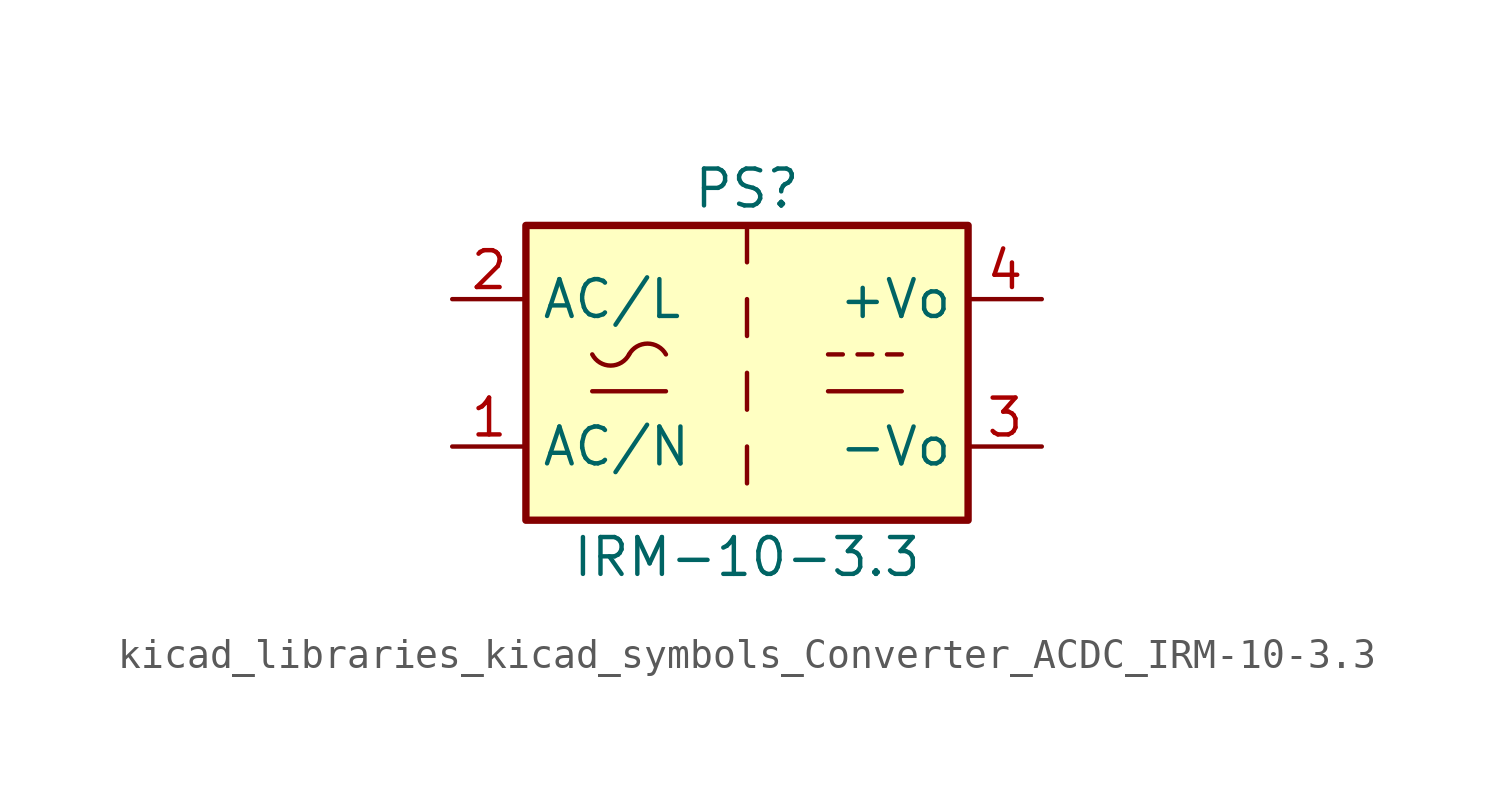
<source format=kicad_sym>
(kicad_symbol_lib
  (version 20220914)
  (generator kicad_symbol_editor)
  (symbol "kicad_libraries_kicad_symbols_Converter_ACDC_IRM-10-3.3"
    (property "Reference" "PS"
      (at 0 6.35 0)
      (effects (font (size 1.27 1.27))))
    (property "Value" "IRM-10-3.3"
      (at 0 -6.35 0)
      (effects (font (size 1.27 1.27))))
    (symbol "kicad_libraries_kicad_symbols_Converter_ACDC_IRM-10-3.3_0_1"
      (rectangle (start -7.62 5.08) (end 7.62 -5.08) (stroke (width 0.254) (type default)) (fill (type background)))
      (arc (start -5.334 0.635) (mid -4.699 0.2495) (end -4.064 0.635) (stroke (width 0) (type default)) (fill (type none)))
      (arc (start -2.794 0.635) (mid -3.429 1.0072) (end -4.064 0.635) (stroke (width 0) (type default)) (fill (type none)))
      (polyline (pts (xy -5.334 -0.635) (xy -2.794 -0.635)) (stroke (width 0) (type default)) (fill (type none)))
      (polyline (pts (xy 0 -2.54) (xy 0 -3.81)) (stroke (width 0) (type default)) (fill (type none)))
      (polyline (pts (xy 0 0) (xy 0 -1.27)) (stroke (width 0) (type default)) (fill (type none)))
      (polyline (pts (xy 0 2.54) (xy 0 1.27)) (stroke (width 0) (type default)) (fill (type none)))
      (polyline (pts (xy 0 5.08) (xy 0 3.81)) (stroke (width 0) (type default)) (fill (type none)))
      (polyline (pts (xy 2.794 -0.635) (xy 5.334 -0.635)) (stroke (width 0) (type default)) (fill (type none)))
      (polyline (pts (xy 2.794 0.635) (xy 3.302 0.635)) (stroke (width 0) (type default)) (fill (type none)))
      (polyline (pts (xy 3.81 0.635) (xy 4.318 0.635)) (stroke (width 0) (type default)) (fill (type none)))
      (polyline (pts (xy 4.826 0.635) (xy 5.334 0.635)) (stroke (width 0) (type default)) (fill (type none))))
    (symbol "kicad_libraries_kicad_symbols_Converter_ACDC_IRM-10-3.3_1_1"
      (pin power_in line (at -10.16 -2.54 0) (length 2.54) (name "AC/N" (effects (font (size 1.27 1.27)))) (number "1" (effects (font (size 1.27 1.27)))))
      (pin power_in line (at -10.16 2.54 0) (length 2.54) (name "AC/L" (effects (font (size 1.27 1.27)))) (number "2" (effects (font (size 1.27 1.27)))))
      (pin power_out line (at 10.16 -2.54 180) (length 2.54) (name "-Vo" (effects (font (size 1.27 1.27)))) (number "3" (effects (font (size 1.27 1.27)))))
      (pin power_out line (at 10.16 2.54 180) (length 2.54) (name "+Vo" (effects (font (size 1.27 1.27)))) (number "4" (effects (font (size 1.27 1.27))))))))
</source>
